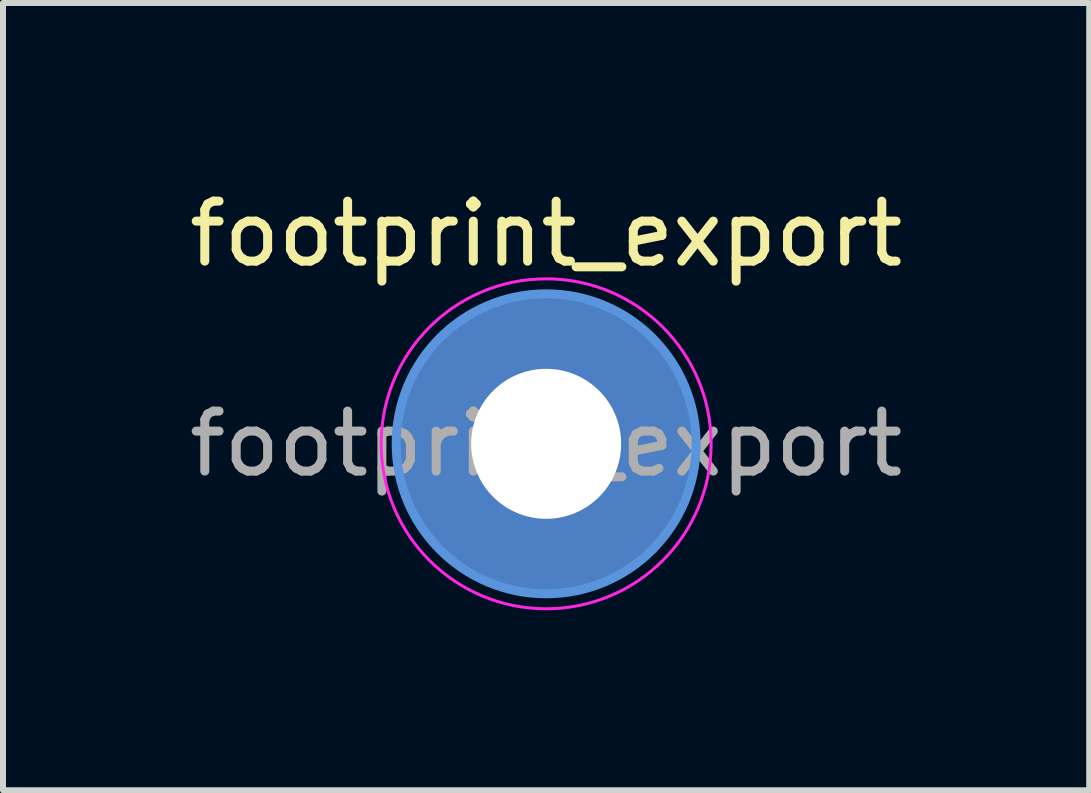
<source format=kicad_pcb>
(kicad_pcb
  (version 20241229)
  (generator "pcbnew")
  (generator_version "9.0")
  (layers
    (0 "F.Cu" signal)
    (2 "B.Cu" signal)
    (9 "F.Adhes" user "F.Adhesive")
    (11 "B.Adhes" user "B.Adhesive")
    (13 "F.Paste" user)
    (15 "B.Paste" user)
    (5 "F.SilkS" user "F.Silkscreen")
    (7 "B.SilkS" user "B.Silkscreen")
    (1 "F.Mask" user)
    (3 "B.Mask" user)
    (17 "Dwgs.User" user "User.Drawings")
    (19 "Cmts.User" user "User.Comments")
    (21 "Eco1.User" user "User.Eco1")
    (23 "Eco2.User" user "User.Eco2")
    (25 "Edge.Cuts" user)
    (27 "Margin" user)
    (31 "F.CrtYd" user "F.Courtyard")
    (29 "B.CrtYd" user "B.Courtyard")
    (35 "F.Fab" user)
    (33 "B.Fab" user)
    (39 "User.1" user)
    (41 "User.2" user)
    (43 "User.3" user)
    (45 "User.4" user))
  (footprint "footprint_export"
    (layer "F.Cu")
    (at 6.054 4.348)
    (property "Reference" "footprint_export" (at 0 -3.5 0) (layer "F.SilkS") (effects (font (size 1 1) (thickness 0.15))))
    (attr exclude_from_pos_files exclude_from_bom)
    (fp_circle (center 0 0) (end 2.5 0) (stroke (width 0.15) (type solid)) (fill no) (layer "Cmts.User"))
    (fp_circle (center 0 0) (end 2.75 0) (stroke (width 0.05) (type solid)) (fill no) (layer "F.CrtYd"))
    (fp_text user "${REFERENCE}" (at 0 0 0) (layer "F.Fab") (effects (font (size 1 1) (thickness 0.15))))
    (pad "1" thru_hole circle (at 0 0) (size 5 5) (drill 2.5) (layers "*.Cu" "*.Mask")))
  (gr_rect
    (start -3 -3)
    (end 15.107 10.123)
    (stroke (width 0.1) (type default))
    (fill no)
    (layer "Edge.Cuts")))
</source>
